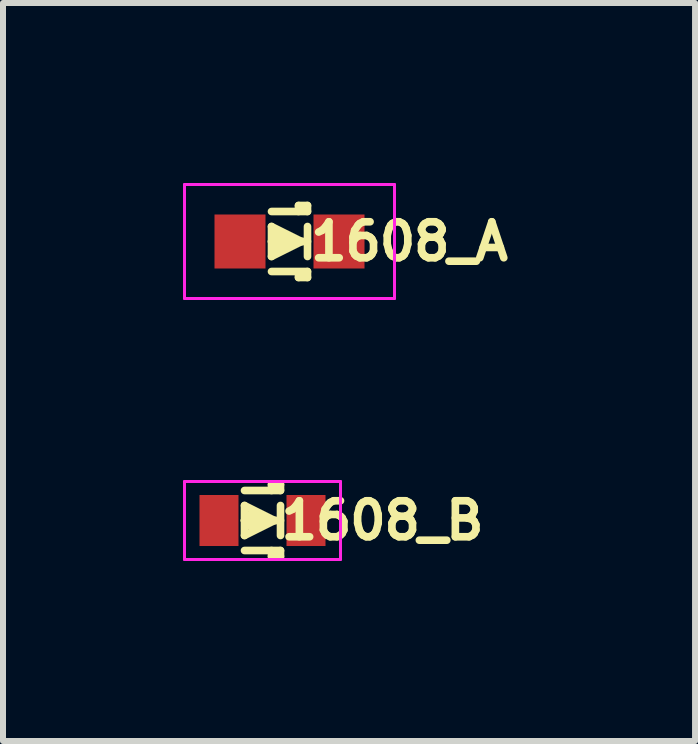
<source format=kicad_pcb>
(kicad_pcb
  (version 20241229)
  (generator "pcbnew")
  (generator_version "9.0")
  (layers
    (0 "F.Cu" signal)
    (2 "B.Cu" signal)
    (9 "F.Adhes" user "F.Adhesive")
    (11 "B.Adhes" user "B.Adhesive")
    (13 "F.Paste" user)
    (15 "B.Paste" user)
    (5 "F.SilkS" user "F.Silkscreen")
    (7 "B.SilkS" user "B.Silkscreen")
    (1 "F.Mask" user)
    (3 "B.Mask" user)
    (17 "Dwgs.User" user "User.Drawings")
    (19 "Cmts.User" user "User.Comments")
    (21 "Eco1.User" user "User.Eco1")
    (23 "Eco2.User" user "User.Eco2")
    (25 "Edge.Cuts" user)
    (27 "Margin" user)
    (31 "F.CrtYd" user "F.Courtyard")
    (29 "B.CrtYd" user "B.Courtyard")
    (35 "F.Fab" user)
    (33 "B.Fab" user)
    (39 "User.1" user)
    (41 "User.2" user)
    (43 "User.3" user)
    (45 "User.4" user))
  (footprint "1608_A"
    (layer "F.Cu")
    (at 1.775 0.975)
    (property "Reference" "1608_A" (at 2 0 0) (layer "F.SilkS") (effects (font (size 0.6 0.6) (thickness 0.127))))
    (attr smd)
    (fp_line (start -0.3 -0.5) (end 0.3 -0.5) (stroke (width 0.127) (type solid)) (layer "F.SilkS"))
    (fp_line (start -0.3 -0.25) (end 0.2 0) (stroke (width 0.127) (type solid)) (layer "F.SilkS"))
    (fp_line (start -0.3 0) (end -0.3 -0.25) (stroke (width 0.127) (type solid)) (layer "F.SilkS"))
    (fp_line (start -0.3 0) (end 0.3 0) (stroke (width 0.127) (type solid)) (layer "F.SilkS"))
    (fp_line (start -0.3 0.25) (end -0.3 0) (stroke (width 0.127) (type solid)) (layer "F.SilkS"))
    (fp_line (start -0.3 0.5) (end 0.3 0.5) (stroke (width 0.127) (type solid)) (layer "F.SilkS"))
    (fp_line (start -0.25 -0.1) (end -0.1 -0.1) (stroke (width 0.127) (type solid)) (layer "F.SilkS"))
    (fp_line (start -0.25 0.1) (end -0.05 0.1) (stroke (width 0.127) (type solid)) (layer "F.SilkS"))
    (fp_line (start 0.15 -0.6) (end 0.15 -0.5) (stroke (width 0.127) (type solid)) (layer "F.SilkS"))
    (fp_line (start 0.15 0.6) (end 0.15 0.55) (stroke (width 0.127) (type solid)) (layer "F.SilkS"))
    (fp_line (start 0.2 0) (end -0.3 0.25) (stroke (width 0.127) (type solid)) (layer "F.SilkS"))
    (fp_line (start 0.3 -0.6) (end 0.15 -0.6) (stroke (width 0.127) (type solid)) (layer "F.SilkS"))
    (fp_line (start 0.3 -0.5) (end 0.3 -0.6) (stroke (width 0.127) (type solid)) (layer "F.SilkS"))
    (fp_line (start 0.3 -0.25) (end 0.3 0.25) (stroke (width 0.127) (type solid)) (layer "F.SilkS"))
    (fp_line (start 0.3 0.5) (end 0.3 0.6) (stroke (width 0.127) (type solid)) (layer "F.SilkS"))
    (fp_line (start 0.3 0.6) (end 0.15 0.6) (stroke (width 0.127) (type solid)) (layer "F.SilkS"))
    (fp_line (start -1.75 -0.95) (end 1.75 -0.95) (stroke (width 0.05) (type solid)) (layer "F.CrtYd"))
    (fp_line (start -1.75 0.95) (end -1.75 -0.95) (stroke (width 0.05) (type solid)) (layer "F.CrtYd"))
    (fp_line (start 1.75 -0.95) (end 1.75 0.95) (stroke (width 0.05) (type solid)) (layer "F.CrtYd"))
    (fp_line (start 1.75 0.95) (end -1.75 0.95) (stroke (width 0.05) (type solid)) (layer "F.CrtYd"))
    (pad "1" smd rect (at -0.825 0) (size 0.85 0.9) (layers "F.Cu" "F.Mask" "F.Paste"))
    (pad "2" smd rect (at 0.825 0) (size 0.85 0.9) (layers "F.Cu" "F.Mask" "F.Paste")))
  (footprint "1608_B"
    (layer "F.Cu")
    (at 1.325 5.625)
    (property "Reference" "1608_B" (at 2 0 0) (layer "F.SilkS") (effects (font (size 0.6 0.6) (thickness 0.127))))
    (attr smd)
    (fp_line (start -0.3 -0.5) (end 0.3 -0.5) (stroke (width 0.127) (type solid)) (layer "F.SilkS"))
    (fp_line (start -0.3 -0.25) (end 0.2 0) (stroke (width 0.127) (type solid)) (layer "F.SilkS"))
    (fp_line (start -0.3 0) (end -0.3 -0.25) (stroke (width 0.127) (type solid)) (layer "F.SilkS"))
    (fp_line (start -0.3 0) (end -0.2 -0.1) (stroke (width 0.127) (type solid)) (layer "F.SilkS"))
    (fp_line (start -0.3 0.25) (end -0.3 0) (stroke (width 0.127) (type solid)) (layer "F.SilkS"))
    (fp_line (start -0.3 0.5) (end 0.3 0.5) (stroke (width 0.127) (type solid)) (layer "F.SilkS"))
    (fp_line (start -0.2 -0.1) (end -0.1 -0.05) (stroke (width 0.127) (type solid)) (layer "F.SilkS"))
    (fp_line (start -0.1 -0.05) (end -0.1 0.05) (stroke (width 0.127) (type solid)) (layer "F.SilkS"))
    (fp_line (start -0.1 0.05) (end -0.2 0.1) (stroke (width 0.127) (type solid)) (layer "F.SilkS"))
    (fp_line (start 0.15 -0.6) (end 0.15 -0.5) (stroke (width 0.127) (type solid)) (layer "F.SilkS"))
    (fp_line (start 0.15 0.6) (end 0.15 0.5) (stroke (width 0.127) (type solid)) (layer "F.SilkS"))
    (fp_line (start 0.2 0) (end -0.3 0.25) (stroke (width 0.127) (type solid)) (layer "F.SilkS"))
    (fp_line (start 0.3 -0.6) (end 0.15 -0.6) (stroke (width 0.127) (type solid)) (layer "F.SilkS"))
    (fp_line (start 0.3 -0.5) (end 0.3 -0.6) (stroke (width 0.127) (type solid)) (layer "F.SilkS"))
    (fp_line (start 0.3 0) (end -0.3 0) (stroke (width 0.127) (type solid)) (layer "F.SilkS"))
    (fp_line (start 0.3 0.25) (end 0.3 -0.25) (stroke (width 0.127) (type solid)) (layer "F.SilkS"))
    (fp_line (start 0.3 0.5) (end 0.3 0.6) (stroke (width 0.127) (type solid)) (layer "F.SilkS"))
    (fp_line (start 0.3 0.6) (end 0.15 0.6) (stroke (width 0.127) (type solid)) (layer "F.SilkS"))
    (fp_line (start -1.3 -0.65) (end 1.3 -0.65) (stroke (width 0.05) (type solid)) (layer "F.CrtYd"))
    (fp_line (start -1.3 0.65) (end -1.3 -0.65) (stroke (width 0.05) (type solid)) (layer "F.CrtYd"))
    (fp_line (start 1.3 -0.65) (end 1.3 0.65) (stroke (width 0.05) (type solid)) (layer "F.CrtYd"))
    (fp_line (start 1.3 0.65) (end -1.3 0.65) (stroke (width 0.05) (type solid)) (layer "F.CrtYd"))
    (pad "1" smd rect (at -0.725 0) (size 0.65 0.85) (layers "F.Cu" "F.Mask" "F.Paste"))
    (pad "2" smd rect (at 0.725 0) (size 0.65 0.85) (layers "F.Cu" "F.Mask" "F.Paste")))
  (gr_rect
    (start -3 -3)
    (end 8.534 9.3)
    (stroke (width 0.1) (type default))
    (fill no)
    (layer "Edge.Cuts")))
</source>
